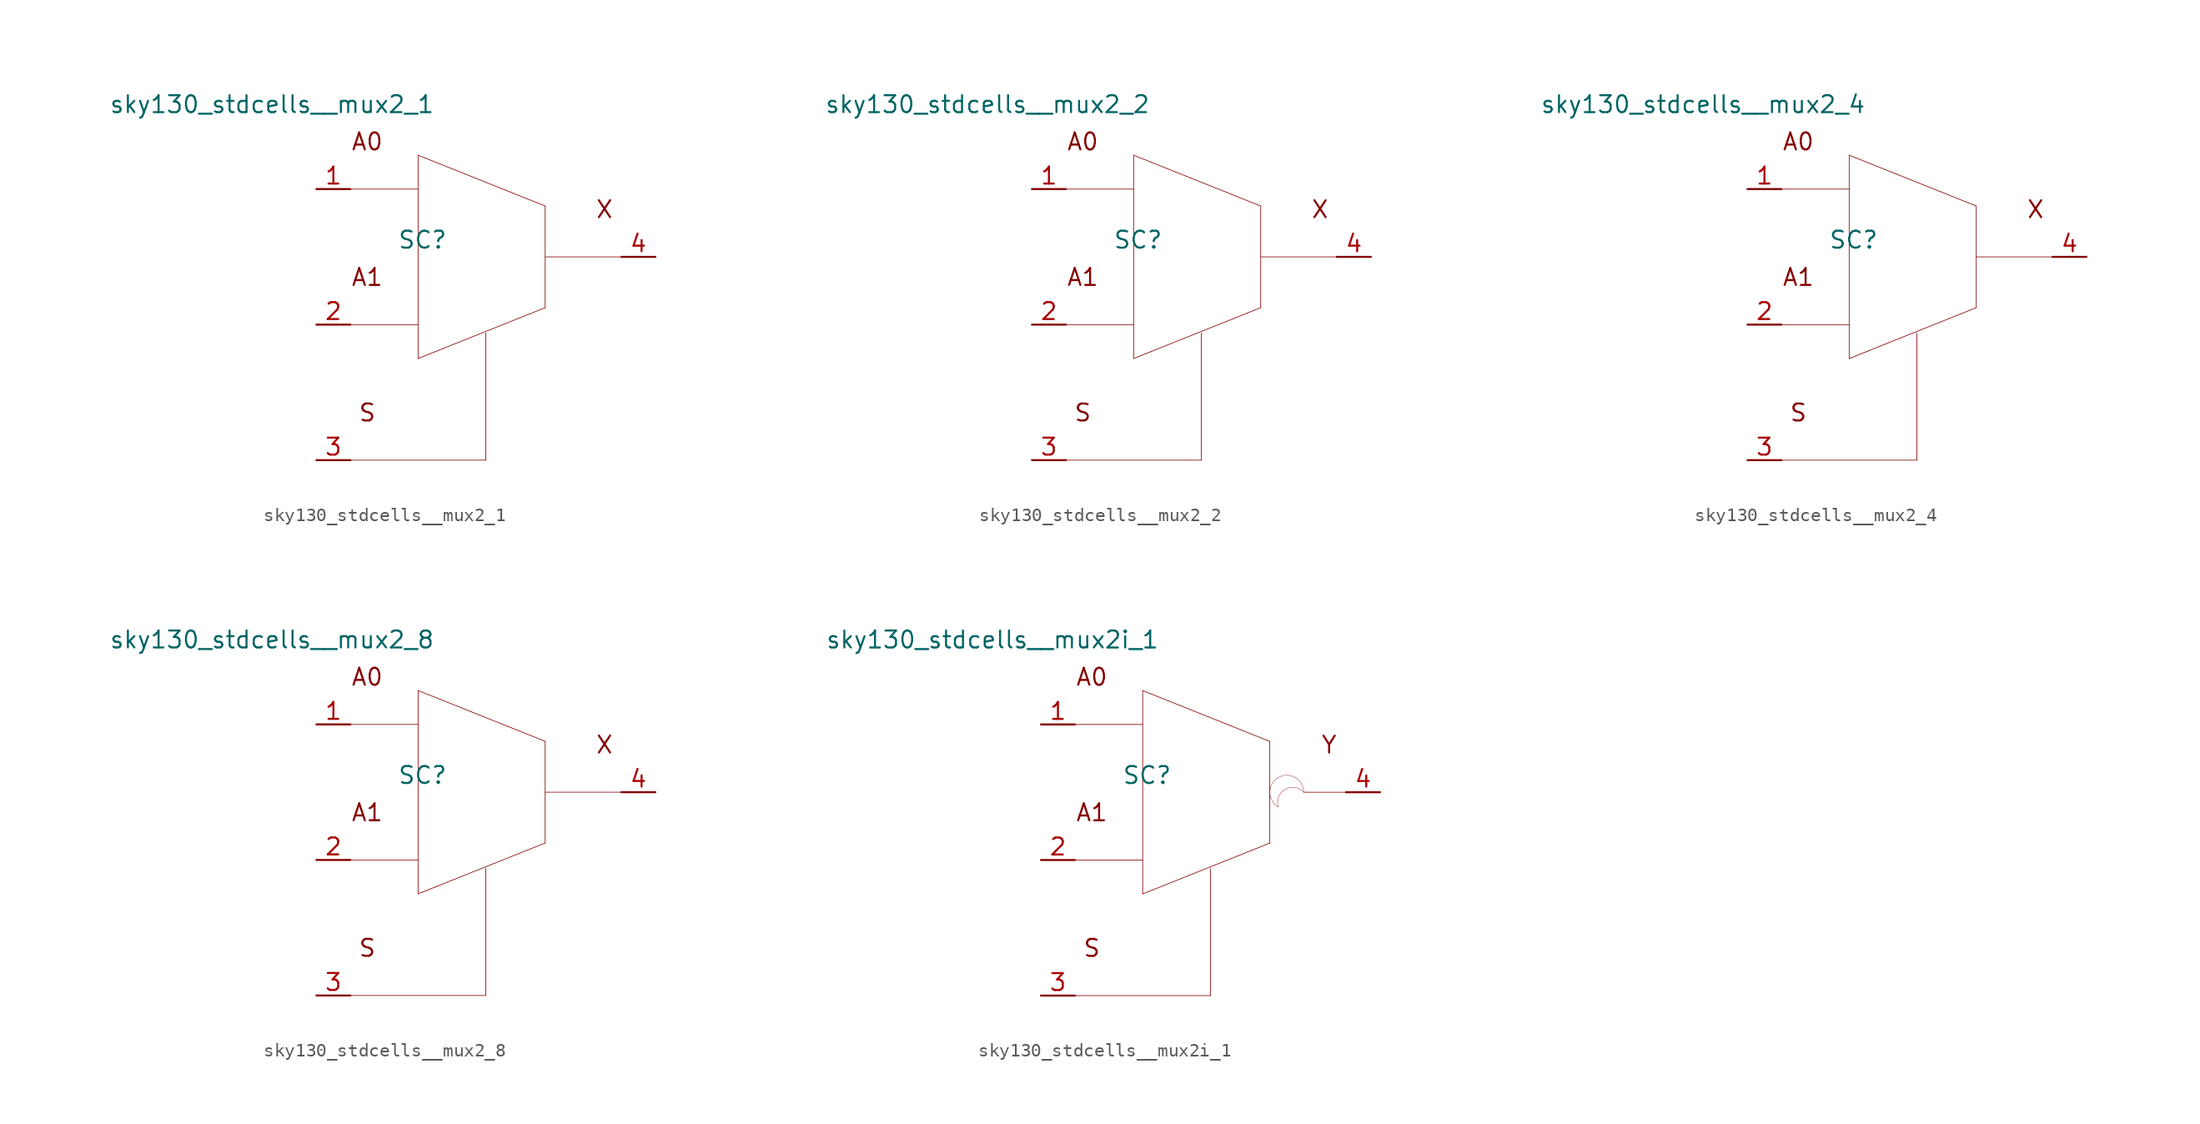
<source format=kicad_sym>
(kicad_symbol_lib
  (version 20211014)
  (generator kicad_symbol_editor)
  (symbol "sky130_stdcells__mux2_1"
    (pin_names hide)
    (property "Reference" "SC"
      (at -4.75 1.27 0)
      (effects (font (size 1.27 1.27))))
    (property "Value" "sky130_stdcells__mux2_1"
      (at -3.81 11.43 0)
      (effects (font (size 1.27 1.27)) (justify right)))
    (symbol "sky130_stdcells__mux2_1_0_0"
      (polyline (pts (xy -10.16 -15.24) (xy 0 -15.24)) (stroke (width 0.051) (type default) (color 0 0 0 0)) (fill (type none)))
      (polyline (pts (xy -10.16 -5.08) (xy -5.08 -5.08)) (stroke (width 0.051) (type default) (color 0 0 0 0)) (fill (type none)))
      (polyline (pts (xy -10.16 5.08) (xy -5.08 5.08)) (stroke (width 0.051) (type default) (color 0 0 0 0)) (fill (type none)))
      (polyline (pts (xy -5.08 -7.62) (xy 4.445 -3.81)) (stroke (width 0.051) (type default) (color 0 0 0 0)) (fill (type none)))
      (polyline (pts (xy -5.08 7.62) (xy -5.08 -7.62)) (stroke (width 0.051) (type default) (color 0 0 0 0)) (fill (type none)))
      (polyline (pts (xy -5.08 7.62) (xy 4.445 3.81)) (stroke (width 0.051) (type default) (color 0 0 0 0)) (fill (type none)))
      (polyline (pts (xy 0 -5.715) (xy 0 -15.24)) (stroke (width 0.051) (type default) (color 0 0 0 0)) (fill (type none)))
      (polyline (pts (xy 4.445 0) (xy 10.16 0)) (stroke (width 0.051) (type default) (color 0 0 0 0)) (fill (type none)))
      (polyline (pts (xy 4.445 3.81) (xy 4.445 -3.81)) (stroke (width 0.051) (type default) (color 0 0 0 0)) (fill (type none)))
      (text "A0" (at -8.89 8.636 0) (effects (font (size 1.27 1.27))))
      (text "A1" (at -8.89 -1.524 0) (effects (font (size 1.27 1.27))))
      (text "S" (at -8.89 -11.684 0) (effects (font (size 1.27 1.27))))
      (text "X" (at 8.89 3.556 0) (effects (font (size 1.27 1.27)))))
    (symbol "sky130_stdcells__mux2_1_1_1"
      (pin input line (at -12.7 5.08 0) (length 2.54) (name "A0" (effects (font (size 1.092 1.092)))) (number "1" (effects (font (size 1.27 1.27)))))
      (pin input line (at -12.7 -5.08 0) (length 2.54) (name "A1" (effects (font (size 1.092 1.092)))) (number "2" (effects (font (size 1.27 1.27)))))
      (pin input line (at -12.7 -15.24 0) (length 2.54) (name "S" (effects (font (size 1.092 1.092)))) (number "3" (effects (font (size 1.27 1.27)))))
      (pin output line (at 12.7 0 180) (length 2.54) (name "X" (effects (font (size 1.092 1.092)))) (number "4" (effects (font (size 1.27 1.27)))))))
  (symbol "sky130_stdcells__mux2_2"
    (pin_names hide)
    (property "Reference" "SC"
      (at -4.75 1.27 0)
      (effects (font (size 1.27 1.27))))
    (property "Value" "sky130_stdcells__mux2_2"
      (at -3.81 11.43 0)
      (effects (font (size 1.27 1.27)) (justify right)))
    (symbol "sky130_stdcells__mux2_2_0_0"
      (polyline (pts (xy -10.16 -15.24) (xy 0 -15.24)) (stroke (width 0.051) (type default) (color 0 0 0 0)) (fill (type none)))
      (polyline (pts (xy -10.16 -5.08) (xy -5.08 -5.08)) (stroke (width 0.051) (type default) (color 0 0 0 0)) (fill (type none)))
      (polyline (pts (xy -10.16 5.08) (xy -5.08 5.08)) (stroke (width 0.051) (type default) (color 0 0 0 0)) (fill (type none)))
      (polyline (pts (xy -5.08 -7.62) (xy 4.445 -3.81)) (stroke (width 0.051) (type default) (color 0 0 0 0)) (fill (type none)))
      (polyline (pts (xy -5.08 7.62) (xy -5.08 -7.62)) (stroke (width 0.051) (type default) (color 0 0 0 0)) (fill (type none)))
      (polyline (pts (xy -5.08 7.62) (xy 4.445 3.81)) (stroke (width 0.051) (type default) (color 0 0 0 0)) (fill (type none)))
      (polyline (pts (xy 0 -5.715) (xy 0 -15.24)) (stroke (width 0.051) (type default) (color 0 0 0 0)) (fill (type none)))
      (polyline (pts (xy 4.445 0) (xy 10.16 0)) (stroke (width 0.051) (type default) (color 0 0 0 0)) (fill (type none)))
      (polyline (pts (xy 4.445 3.81) (xy 4.445 -3.81)) (stroke (width 0.051) (type default) (color 0 0 0 0)) (fill (type none)))
      (text "A0" (at -8.89 8.636 0) (effects (font (size 1.27 1.27))))
      (text "A1" (at -8.89 -1.524 0) (effects (font (size 1.27 1.27))))
      (text "S" (at -8.89 -11.684 0) (effects (font (size 1.27 1.27))))
      (text "X" (at 8.89 3.556 0) (effects (font (size 1.27 1.27)))))
    (symbol "sky130_stdcells__mux2_2_1_1"
      (pin input line (at -12.7 5.08 0) (length 2.54) (name "A0" (effects (font (size 1.092 1.092)))) (number "1" (effects (font (size 1.27 1.27)))))
      (pin input line (at -12.7 -5.08 0) (length 2.54) (name "A1" (effects (font (size 1.092 1.092)))) (number "2" (effects (font (size 1.27 1.27)))))
      (pin input line (at -12.7 -15.24 0) (length 2.54) (name "S" (effects (font (size 1.092 1.092)))) (number "3" (effects (font (size 1.27 1.27)))))
      (pin output line (at 12.7 0 180) (length 2.54) (name "X" (effects (font (size 1.092 1.092)))) (number "4" (effects (font (size 1.27 1.27)))))))
  (symbol "sky130_stdcells__mux2_4"
    (pin_names hide)
    (property "Reference" "SC"
      (at -4.75 1.27 0)
      (effects (font (size 1.27 1.27))))
    (property "Value" "sky130_stdcells__mux2_4"
      (at -3.81 11.43 0)
      (effects (font (size 1.27 1.27)) (justify right)))
    (symbol "sky130_stdcells__mux2_4_0_0"
      (polyline (pts (xy -10.16 -15.24) (xy 0 -15.24)) (stroke (width 0.051) (type default) (color 0 0 0 0)) (fill (type none)))
      (polyline (pts (xy -10.16 -5.08) (xy -5.08 -5.08)) (stroke (width 0.051) (type default) (color 0 0 0 0)) (fill (type none)))
      (polyline (pts (xy -10.16 5.08) (xy -5.08 5.08)) (stroke (width 0.051) (type default) (color 0 0 0 0)) (fill (type none)))
      (polyline (pts (xy -5.08 -7.62) (xy 4.445 -3.81)) (stroke (width 0.051) (type default) (color 0 0 0 0)) (fill (type none)))
      (polyline (pts (xy -5.08 7.62) (xy -5.08 -7.62)) (stroke (width 0.051) (type default) (color 0 0 0 0)) (fill (type none)))
      (polyline (pts (xy -5.08 7.62) (xy 4.445 3.81)) (stroke (width 0.051) (type default) (color 0 0 0 0)) (fill (type none)))
      (polyline (pts (xy 0 -5.715) (xy 0 -15.24)) (stroke (width 0.051) (type default) (color 0 0 0 0)) (fill (type none)))
      (polyline (pts (xy 4.445 0) (xy 10.16 0)) (stroke (width 0.051) (type default) (color 0 0 0 0)) (fill (type none)))
      (polyline (pts (xy 4.445 3.81) (xy 4.445 -3.81)) (stroke (width 0.051) (type default) (color 0 0 0 0)) (fill (type none)))
      (text "A0" (at -8.89 8.636 0) (effects (font (size 1.27 1.27))))
      (text "A1" (at -8.89 -1.524 0) (effects (font (size 1.27 1.27))))
      (text "S" (at -8.89 -11.684 0) (effects (font (size 1.27 1.27))))
      (text "X" (at 8.89 3.556 0) (effects (font (size 1.27 1.27)))))
    (symbol "sky130_stdcells__mux2_4_1_1"
      (pin input line (at -12.7 5.08 0) (length 2.54) (name "A0" (effects (font (size 1.092 1.092)))) (number "1" (effects (font (size 1.27 1.27)))))
      (pin input line (at -12.7 -5.08 0) (length 2.54) (name "A1" (effects (font (size 1.092 1.092)))) (number "2" (effects (font (size 1.27 1.27)))))
      (pin input line (at -12.7 -15.24 0) (length 2.54) (name "S" (effects (font (size 1.092 1.092)))) (number "3" (effects (font (size 1.27 1.27)))))
      (pin output line (at 12.7 0 180) (length 2.54) (name "X" (effects (font (size 1.092 1.092)))) (number "4" (effects (font (size 1.27 1.27)))))))
  (symbol "sky130_stdcells__mux2_8"
    (pin_names hide)
    (property "Reference" "SC"
      (at -4.75 1.27 0)
      (effects (font (size 1.27 1.27))))
    (property "Value" "sky130_stdcells__mux2_8"
      (at -3.81 11.43 0)
      (effects (font (size 1.27 1.27)) (justify right)))
    (symbol "sky130_stdcells__mux2_8_0_0"
      (polyline (pts (xy -10.16 -15.24) (xy 0 -15.24)) (stroke (width 0.051) (type default) (color 0 0 0 0)) (fill (type none)))
      (polyline (pts (xy -10.16 -5.08) (xy -5.08 -5.08)) (stroke (width 0.051) (type default) (color 0 0 0 0)) (fill (type none)))
      (polyline (pts (xy -10.16 5.08) (xy -5.08 5.08)) (stroke (width 0.051) (type default) (color 0 0 0 0)) (fill (type none)))
      (polyline (pts (xy -5.08 -7.62) (xy 4.445 -3.81)) (stroke (width 0.051) (type default) (color 0 0 0 0)) (fill (type none)))
      (polyline (pts (xy -5.08 7.62) (xy -5.08 -7.62)) (stroke (width 0.051) (type default) (color 0 0 0 0)) (fill (type none)))
      (polyline (pts (xy -5.08 7.62) (xy 4.445 3.81)) (stroke (width 0.051) (type default) (color 0 0 0 0)) (fill (type none)))
      (polyline (pts (xy 0 -5.715) (xy 0 -15.24)) (stroke (width 0.051) (type default) (color 0 0 0 0)) (fill (type none)))
      (polyline (pts (xy 4.445 0) (xy 10.16 0)) (stroke (width 0.051) (type default) (color 0 0 0 0)) (fill (type none)))
      (polyline (pts (xy 4.445 3.81) (xy 4.445 -3.81)) (stroke (width 0.051) (type default) (color 0 0 0 0)) (fill (type none)))
      (text "A0" (at -8.89 8.636 0) (effects (font (size 1.27 1.27))))
      (text "A1" (at -8.89 -1.524 0) (effects (font (size 1.27 1.27))))
      (text "S" (at -8.89 -11.684 0) (effects (font (size 1.27 1.27))))
      (text "X" (at 8.89 3.556 0) (effects (font (size 1.27 1.27)))))
    (symbol "sky130_stdcells__mux2_8_1_1"
      (pin input line (at -12.7 5.08 0) (length 2.54) (name "A0" (effects (font (size 1.092 1.092)))) (number "1" (effects (font (size 1.27 1.27)))))
      (pin input line (at -12.7 -5.08 0) (length 2.54) (name "A1" (effects (font (size 1.092 1.092)))) (number "2" (effects (font (size 1.27 1.27)))))
      (pin input line (at -12.7 -15.24 0) (length 2.54) (name "S" (effects (font (size 1.092 1.092)))) (number "3" (effects (font (size 1.27 1.27)))))
      (pin output line (at 12.7 0 180) (length 2.54) (name "X" (effects (font (size 1.092 1.092)))) (number "4" (effects (font (size 1.27 1.27)))))))
  (symbol "sky130_stdcells__mux2i_1"
    (pin_names hide)
    (property "Reference" "SC"
      (at -4.75 1.27 0)
      (effects (font (size 1.27 1.27))))
    (property "Value" "sky130_stdcells__mux2i_1"
      (at -3.81 11.43 0)
      (effects (font (size 1.27 1.27)) (justify right)))
    (symbol "sky130_stdcells__mux2i_1_0_0"
      (polyline (pts (xy -10.16 -15.24) (xy 0 -15.24)) (stroke (width 0.051) (type default) (color 0 0 0 0)) (fill (type none)))
      (polyline (pts (xy -10.16 -5.08) (xy -5.08 -5.08)) (stroke (width 0.051) (type default) (color 0 0 0 0)) (fill (type none)))
      (polyline (pts (xy -10.16 5.08) (xy -5.08 5.08)) (stroke (width 0.051) (type default) (color 0 0 0 0)) (fill (type none)))
      (polyline (pts (xy -5.08 -7.62) (xy 4.445 -3.81)) (stroke (width 0.051) (type default) (color 0 0 0 0)) (fill (type none)))
      (polyline (pts (xy -5.08 7.62) (xy -5.08 -7.62)) (stroke (width 0.051) (type default) (color 0 0 0 0)) (fill (type none)))
      (polyline (pts (xy -5.08 7.62) (xy 4.445 3.81)) (stroke (width 0.051) (type default) (color 0 0 0 0)) (fill (type none)))
      (polyline (pts (xy 0 -5.715) (xy 0 -15.24)) (stroke (width 0.051) (type default) (color 0 0 0 0)) (fill (type none)))
      (polyline (pts (xy 4.445 3.81) (xy 4.445 -3.81)) (stroke (width 0.051) (type default) (color 0 0 0 0)) (fill (type none)))
      (polyline (pts (xy 6.985 0) (xy 10.16 0)) (stroke (width 0.051) (type default) (color 0 0 0 0)) (fill (type none)))
      (arc (start 5.08 1.0999) (mid 4.445 0) (end 5.08 -1.0999) (stroke (width 0.0254) (type default) (color 0 0 0 0)) (fill (type none)))
      (arc (start 6.985 0) (mid 5.1281 0.4743) (end 5.08 -1.0999) (stroke (width 0.0254) (type default) (color 0 0 0 0)) (fill (type none)))
      (arc (start 6.985 0) (mid 6.35 1.0998) (end 5.08 1.0999) (stroke (width 0.0254) (type default) (color 0 0 0 0)) (fill (type none)))
      (text "A0" (at -8.89 8.636 0) (effects (font (size 1.27 1.27))))
      (text "A1" (at -8.89 -1.524 0) (effects (font (size 1.27 1.27))))
      (text "S" (at -8.89 -11.684 0) (effects (font (size 1.27 1.27))))
      (text "Y" (at 8.89 3.556 0) (effects (font (size 1.27 1.27)))))
    (symbol "sky130_stdcells__mux2i_1_1_1"
      (pin input line (at -12.7 5.08 0) (length 2.54) (name "A0" (effects (font (size 1.092 1.092)))) (number "1" (effects (font (size 1.27 1.27)))))
      (pin input line (at -12.7 -5.08 0) (length 2.54) (name "A1" (effects (font (size 1.092 1.092)))) (number "2" (effects (font (size 1.27 1.27)))))
      (pin input line (at -12.7 -15.24 0) (length 2.54) (name "S" (effects (font (size 1.092 1.092)))) (number "3" (effects (font (size 1.27 1.27)))))
      (pin output line (at 12.7 0 180) (length 2.54) (name "Y" (effects (font (size 1.092 1.092)))) (number "4" (effects (font (size 1.27 1.27))))))))
</source>
